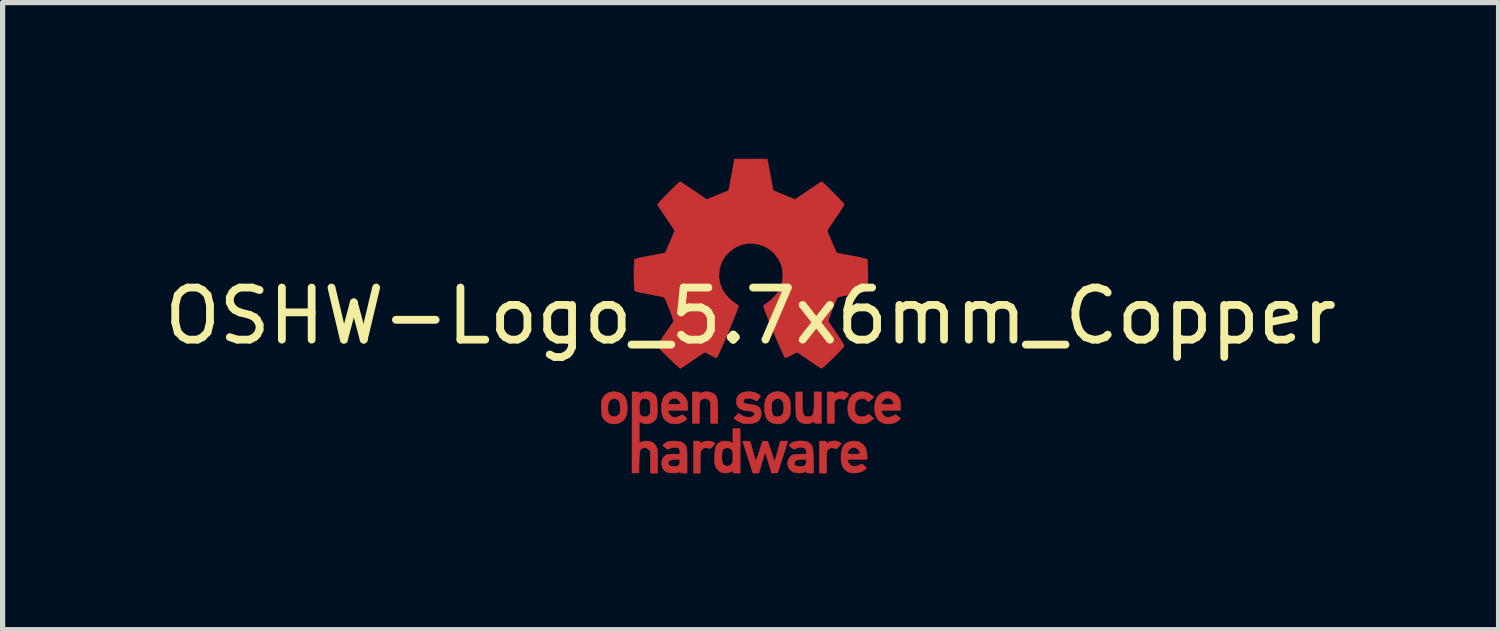
<source format=kicad_pcb>
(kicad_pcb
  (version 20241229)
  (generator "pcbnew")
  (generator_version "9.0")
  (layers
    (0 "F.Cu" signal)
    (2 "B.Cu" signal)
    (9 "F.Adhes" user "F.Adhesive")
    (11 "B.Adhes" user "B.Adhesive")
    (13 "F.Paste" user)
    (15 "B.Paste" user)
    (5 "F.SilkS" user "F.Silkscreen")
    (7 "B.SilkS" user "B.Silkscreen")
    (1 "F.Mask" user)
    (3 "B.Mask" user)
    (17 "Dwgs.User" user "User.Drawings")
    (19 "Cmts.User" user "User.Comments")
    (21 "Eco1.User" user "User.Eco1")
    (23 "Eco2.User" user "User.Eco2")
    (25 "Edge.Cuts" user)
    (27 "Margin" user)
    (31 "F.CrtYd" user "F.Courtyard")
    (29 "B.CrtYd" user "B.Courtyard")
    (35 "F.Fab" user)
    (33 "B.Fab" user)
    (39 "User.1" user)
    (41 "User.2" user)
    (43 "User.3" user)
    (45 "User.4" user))
  (footprint "OSHW-Logo_5.7x6mm_Copper"
    (layer "F.Cu")
    (at 11.363 3.017)
    (property "Reference" "OSHW-Logo_5.7x6mm_Copper" (at 0 0 0) (layer "F.SilkS") (effects (font (size 1 1) (thickness 0.15))))
    (attr board_only exclude_from_pos_files exclude_from_bom)
    (fp_poly (pts (xy 1.799 1.458) (xy 1.843 1.471) (xy 1.871 1.488) (xy 1.88 1.501) (xy 1.877 1.517) (xy 1.861 1.541) (xy 1.847 1.559) (xy 1.819 1.59) (xy 1.798 1.604) (xy 1.78 1.603) (xy 1.726 1.589) (xy 1.687 1.59) (xy 1.655 1.605) (xy 1.644 1.614) (xy 1.61 1.646) (xy 1.61 2.062) (xy 1.471 2.062) (xy 1.471 1.459) (xy 1.54 1.459) (xy 1.582 1.46) (xy 1.603 1.466) (xy 1.61 1.477) (xy 1.61 1.478) (xy 1.612 1.49) (xy 1.626 1.488) (xy 1.644 1.48) (xy 1.682 1.464) (xy 1.713 1.454) (xy 1.753 1.451) (xy 1.799 1.458)) (stroke (width 0.01) (type solid)) (fill yes) (layer "F.Cu"))
    (fp_poly (pts (xy 1.635 2.401) (xy 1.684 2.411) (xy 1.711 2.425) (xy 1.74 2.449) (xy 1.699 2.501) (xy 1.673 2.532) (xy 1.656 2.547) (xy 1.639 2.55) (xy 1.614 2.542) (xy 1.602 2.538) (xy 1.554 2.532) (xy 1.51 2.545) (xy 1.478 2.576) (xy 1.473 2.585) (xy 1.467 2.611) (xy 1.463 2.659) (xy 1.46 2.725) (xy 1.459 2.806) (xy 1.459 2.817) (xy 1.459 3.018) (xy 1.32 3.018) (xy 1.32 2.402) (xy 1.389 2.402) (xy 1.429 2.403) (xy 1.45 2.407) (xy 1.458 2.418) (xy 1.459 2.428) (xy 1.459 2.454) (xy 1.492 2.428) (xy 1.53 2.41) (xy 1.581 2.401) (xy 1.635 2.401)) (stroke (width 0.01) (type solid)) (fill yes) (layer "F.Cu"))
    (fp_poly (pts (xy -0.993 2.403) (xy -0.975 2.409) (xy -0.968 2.421) (xy -0.968 2.427) (xy -0.967 2.442) (xy -0.96 2.445) (xy -0.939 2.434) (xy -0.927 2.427) (xy -0.889 2.411) (xy -0.844 2.403) (xy -0.797 2.403) (xy -0.752 2.409) (xy -0.716 2.42) (xy -0.693 2.436) (xy -0.688 2.456) (xy -0.69 2.462) (xy -0.707 2.485) (xy -0.733 2.513) (xy -0.738 2.517) (xy -0.762 2.538) (xy -0.784 2.545) (xy -0.814 2.54) (xy -0.826 2.537) (xy -0.863 2.529) (xy -0.889 2.533) (xy -0.911 2.545) (xy -0.931 2.561) (xy -0.946 2.581) (xy -0.956 2.609) (xy -0.963 2.648) (xy -0.967 2.704) (xy -0.968 2.779) (xy -0.968 2.824) (xy -0.968 3.018) (xy -1.094 3.018) (xy -1.094 2.402) (xy -1.031 2.402) (xy -0.993 2.403)) (stroke (width 0.01) (type solid)) (fill yes) (layer "F.Cu"))
    (fp_poly (pts (xy 0.993 1.654) (xy 0.995 1.747) (xy 0.999 1.817) (xy 1.008 1.867) (xy 1.022 1.902) (xy 1.042 1.923) (xy 1.071 1.933) (xy 1.107 1.936) (xy 1.144 1.933) (xy 1.172 1.922) (xy 1.192 1.9) (xy 1.206 1.865) (xy 1.214 1.814) (xy 1.219 1.742) (xy 1.22 1.654) (xy 1.22 1.459) (xy 1.358 1.459) (xy 1.358 2.062) (xy 1.289 2.062) (xy 1.247 2.06) (xy 1.226 2.055) (xy 1.22 2.043) (xy 1.216 2.033) (xy 1.202 2.035) (xy 1.173 2.05) (xy 1.106 2.071) (xy 1.036 2.07) (xy 0.968 2.046) (xy 0.936 2.027) (xy 0.912 2.007) (xy 0.894 1.982) (xy 0.881 1.947) (xy 0.874 1.901) (xy 0.87 1.839) (xy 0.868 1.758) (xy 0.868 1.695) (xy 0.868 1.459) (xy 0.993 1.459) (xy 0.993 1.654)) (stroke (width 0.01) (type solid)) (fill yes) (layer "F.Cu"))
    (fp_poly (pts (xy -0.754 1.469) (xy -0.723 1.484) (xy -0.692 1.506) (xy -0.669 1.53) (xy -0.652 1.562) (xy -0.641 1.604) (xy -0.634 1.66) (xy -0.63 1.734) (xy -0.629 1.829) (xy -0.629 1.839) (xy -0.629 2.062) (xy -0.767 2.062) (xy -0.767 1.856) (xy -0.767 1.78) (xy -0.768 1.725) (xy -0.77 1.687) (xy -0.773 1.661) (xy -0.779 1.643) (xy -0.788 1.63) (xy -0.8 1.618) (xy -0.843 1.59) (xy -0.89 1.585) (xy -0.934 1.602) (xy -0.95 1.615) (xy -0.961 1.627) (xy -0.969 1.641) (xy -0.975 1.659) (xy -0.978 1.686) (xy -0.98 1.726) (xy -0.981 1.784) (xy -0.981 1.854) (xy -0.981 2.062) (xy -1.119 2.062) (xy -1.119 1.459) (xy -1.05 1.459) (xy -1.008 1.46) (xy -0.987 1.466) (xy -0.981 1.477) (xy -0.981 1.478) (xy -0.978 1.489) (xy -0.965 1.488) (xy -0.94 1.475) (xy -0.883 1.457) (xy -0.817 1.455) (xy -0.754 1.469)) (stroke (width 0.01) (type solid)) (fill yes) (layer "F.Cu"))
    (fp_poly (pts (xy 2.217 1.464) (xy 2.29 1.495) (xy 2.313 1.51) (xy 2.342 1.533) (xy 2.361 1.551) (xy 2.364 1.557) (xy 2.355 1.57) (xy 2.332 1.593) (xy 2.313 1.608) (xy 2.263 1.649) (xy 2.223 1.615) (xy 2.192 1.594) (xy 2.162 1.586) (xy 2.127 1.588) (xy 2.073 1.602) (xy 2.035 1.63) (xy 2.012 1.675) (xy 2.002 1.741) (xy 2.002 1.741) (xy 2.002 1.815) (xy 2.016 1.869) (xy 2.044 1.906) (xy 2.063 1.918) (xy 2.114 1.934) (xy 2.168 1.934) (xy 2.215 1.919) (xy 2.226 1.911) (xy 2.253 1.893) (xy 2.275 1.889) (xy 2.299 1.903) (xy 2.325 1.929) (xy 2.366 1.971) (xy 2.32 2.008) (xy 2.25 2.051) (xy 2.17 2.072) (xy 2.087 2.07) (xy 2.033 2.056) (xy 1.969 2.022) (xy 1.918 1.968) (xy 1.895 1.93) (xy 1.876 1.876) (xy 1.867 1.806) (xy 1.867 1.731) (xy 1.876 1.659) (xy 1.894 1.599) (xy 1.897 1.593) (xy 1.94 1.532) (xy 1.998 1.488) (xy 2.067 1.461) (xy 2.141 1.453) (xy 2.217 1.464)) (stroke (width 0.01) (type solid)) (fill yes) (layer "F.Cu"))
    (fp_poly (pts (xy 0.611 1.466) (xy 0.674 1.501) (xy 0.724 1.555) (xy 0.748 1.6) (xy 0.758 1.639) (xy 0.764 1.695) (xy 0.767 1.76) (xy 0.766 1.824) (xy 0.761 1.881) (xy 0.755 1.912) (xy 0.734 1.953) (xy 0.698 1.997) (xy 0.656 2.036) (xy 0.613 2.061) (xy 0.612 2.061) (xy 0.56 2.072) (xy 0.497 2.073) (xy 0.438 2.063) (xy 0.415 2.055) (xy 0.356 2.021) (xy 0.314 1.978) (xy 0.286 1.92) (xy 0.271 1.844) (xy 0.267 1.804) (xy 0.268 1.754) (xy 0.402 1.754) (xy 0.407 1.827) (xy 0.42 1.882) (xy 0.441 1.918) (xy 0.456 1.928) (xy 0.493 1.935) (xy 0.539 1.933) (xy 0.577 1.923) (xy 0.588 1.917) (xy 0.615 1.885) (xy 0.632 1.835) (xy 0.64 1.774) (xy 0.636 1.708) (xy 0.628 1.669) (xy 0.604 1.624) (xy 0.567 1.595) (xy 0.522 1.586) (xy 0.475 1.596) (xy 0.439 1.621) (xy 0.42 1.642) (xy 0.409 1.662) (xy 0.404 1.69) (xy 0.402 1.733) (xy 0.402 1.754) (xy 0.268 1.754) (xy 0.268 1.698) (xy 0.285 1.611) (xy 0.319 1.543) (xy 0.369 1.494) (xy 0.435 1.464) (xy 0.45 1.46) (xy 0.535 1.452) (xy 0.611 1.466)) (stroke (width 0.01) (type solid)) (fill yes) (layer "F.Cu"))
    (fp_poly (pts (xy 0.282 2.404) (xy 0.331 2.408) (xy 0.461 2.798) (xy 0.482 2.729) (xy 0.494 2.686) (xy 0.51 2.628) (xy 0.528 2.565) (xy 0.537 2.531) (xy 0.571 2.402) (xy 0.714 2.402) (xy 0.672 2.537) (xy 0.651 2.603) (xy 0.625 2.684) (xy 0.599 2.767) (xy 0.575 2.842) (xy 0.521 3.012) (xy 0.463 3.015) (xy 0.404 3.019) (xy 0.373 2.915) (xy 0.353 2.85) (xy 0.332 2.778) (xy 0.313 2.715) (xy 0.313 2.713) (xy 0.299 2.67) (xy 0.286 2.641) (xy 0.278 2.63) (xy 0.276 2.631) (xy 0.27 2.648) (xy 0.258 2.685) (xy 0.242 2.736) (xy 0.224 2.798) (xy 0.214 2.832) (xy 0.159 3.018) (xy 0.043 3.018) (xy -0.049 2.725) (xy -0.075 2.643) (xy -0.099 2.569) (xy -0.119 2.506) (xy -0.135 2.457) (xy -0.145 2.426) (xy -0.148 2.417) (xy -0.146 2.407) (xy -0.127 2.403) (xy -0.087 2.404) (xy -0.081 2.404) (xy -0.008 2.408) (xy 0.04 2.584) (xy 0.058 2.648) (xy 0.073 2.705) (xy 0.086 2.748) (xy 0.094 2.775) (xy 0.095 2.779) (xy 0.101 2.774) (xy 0.113 2.749) (xy 0.13 2.706) (xy 0.15 2.65) (xy 0.167 2.599) (xy 0.232 2.401) (xy 0.282 2.404)) (stroke (width 0.01) (type solid)) (fill yes) (layer "F.Cu"))
    (fp_poly (pts (xy -2.538 1.465) (xy -2.472 1.494) (xy -2.423 1.543) (xy -2.388 1.611) (xy -2.37 1.699) (xy -2.369 1.712) (xy -2.368 1.809) (xy -2.381 1.894) (xy -2.408 1.962) (xy -2.423 1.984) (xy -2.473 2.031) (xy -2.538 2.061) (xy -2.61 2.074) (xy -2.683 2.067) (xy -2.739 2.048) (xy -2.787 2.015) (xy -2.826 1.971) (xy -2.827 1.97) (xy -2.843 1.943) (xy -2.853 1.916) (xy -2.86 1.882) (xy -2.863 1.834) (xy -2.865 1.795) (xy -2.866 1.759) (xy -2.74 1.759) (xy -2.739 1.795) (xy -2.734 1.842) (xy -2.726 1.872) (xy -2.712 1.894) (xy -2.699 1.907) (xy -2.652 1.933) (xy -2.603 1.937) (xy -2.557 1.918) (xy -2.534 1.896) (xy -2.517 1.875) (xy -2.507 1.854) (xy -2.503 1.828) (xy -2.503 1.788) (xy -2.504 1.751) (xy -2.507 1.698) (xy -2.512 1.664) (xy -2.52 1.641) (xy -2.533 1.624) (xy -2.544 1.615) (xy -2.589 1.589) (xy -2.637 1.588) (xy -2.678 1.603) (xy -2.713 1.635) (xy -2.733 1.687) (xy -2.74 1.759) (xy -2.866 1.759) (xy -2.866 1.717) (xy -2.864 1.658) (xy -2.856 1.614) (xy -2.843 1.579) (xy -2.822 1.549) (xy -2.814 1.539) (xy -2.766 1.494) (xy -2.714 1.467) (xy -2.651 1.456) (xy -2.62 1.455) (xy -2.538 1.465)) (stroke (width 0.01) (type solid)) (fill yes) (layer "F.Cu"))
    (fp_poly (pts (xy -0.201 3.018) (xy -0.27 3.018) (xy -0.31 3.017) (xy -0.331 3.012) (xy -0.339 3.001) (xy -0.34 2.994) (xy -0.341 2.98) (xy -0.349 2.977) (xy -0.37 2.986) (xy -0.386 2.994) (xy -0.449 3.014) (xy -0.517 3.015) (xy -0.573 3) (xy -0.624 2.965) (xy -0.664 2.913) (xy -0.685 2.851) (xy -0.686 2.848) (xy -0.689 2.811) (xy -0.691 2.757) (xy -0.691 2.716) (xy -0.553 2.716) (xy -0.55 2.77) (xy -0.543 2.815) (xy -0.533 2.84) (xy -0.496 2.874) (xy -0.452 2.887) (xy -0.407 2.877) (xy -0.368 2.847) (xy -0.353 2.827) (xy -0.345 2.803) (xy -0.34 2.768) (xy -0.34 2.716) (xy -0.341 2.664) (xy -0.346 2.619) (xy -0.353 2.588) (xy -0.354 2.585) (xy -0.38 2.553) (xy -0.42 2.535) (xy -0.463 2.532) (xy -0.504 2.545) (xy -0.534 2.573) (xy -0.537 2.578) (xy -0.547 2.612) (xy -0.552 2.661) (xy -0.553 2.716) (xy -0.691 2.716) (xy -0.691 2.696) (xy -0.69 2.663) (xy -0.684 2.581) (xy -0.671 2.52) (xy -0.649 2.474) (xy -0.618 2.441) (xy -0.587 2.421) (xy -0.544 2.407) (xy -0.491 2.402) (xy -0.436 2.406) (xy -0.39 2.418) (xy -0.365 2.433) (xy -0.34 2.456) (xy -0.34 2.163) (xy -0.201 2.163) (xy -0.201 3.018)) (stroke (width 0.01) (type solid)) (fill yes) (layer "F.Cu"))
    (fp_poly (pts (xy 2.678 1.456) (xy 2.71 1.464) (xy 2.772 1.493) (xy 2.825 1.537) (xy 2.861 1.589) (xy 2.866 1.601) (xy 2.873 1.632) (xy 2.878 1.677) (xy 2.88 1.723) (xy 2.88 1.811) (xy 2.697 1.811) (xy 2.622 1.811) (xy 2.569 1.813) (xy 2.535 1.817) (xy 2.518 1.826) (xy 2.514 1.84) (xy 2.521 1.86) (xy 2.533 1.884) (xy 2.566 1.925) (xy 2.612 1.945) (xy 2.669 1.944) (xy 2.733 1.922) (xy 2.788 1.895) (xy 2.834 1.932) (xy 2.88 1.968) (xy 2.837 2.008) (xy 2.779 2.046) (xy 2.708 2.068) (xy 2.632 2.075) (xy 2.558 2.063) (xy 2.546 2.059) (xy 2.481 2.026) (xy 2.433 1.975) (xy 2.4 1.906) (xy 2.382 1.818) (xy 2.382 1.816) (xy 2.381 1.72) (xy 2.387 1.686) (xy 2.515 1.686) (xy 2.527 1.691) (xy 2.558 1.695) (xy 2.605 1.697) (xy 2.635 1.698) (xy 2.691 1.697) (xy 2.725 1.696) (xy 2.744 1.692) (xy 2.75 1.685) (xy 2.748 1.674) (xy 2.747 1.669) (xy 2.724 1.627) (xy 2.689 1.594) (xy 2.658 1.579) (xy 2.616 1.58) (xy 2.574 1.598) (xy 2.539 1.629) (xy 2.518 1.666) (xy 2.515 1.686) (xy 2.387 1.686) (xy 2.397 1.635) (xy 2.429 1.564) (xy 2.475 1.509) (xy 2.533 1.471) (xy 2.601 1.453) (xy 2.678 1.456)) (stroke (width 0.01) (type solid)) (fill yes) (layer "F.Cu"))
    (fp_poly (pts (xy 0.014 1.456) (xy 0.062 1.465) (xy 0.111 1.484) (xy 0.116 1.487) (xy 0.154 1.506) (xy 0.18 1.525) (xy 0.188 1.537) (xy 0.18 1.556) (xy 0.161 1.584) (xy 0.152 1.594) (xy 0.117 1.636) (xy 0.071 1.609) (xy 0.027 1.591) (xy -0.023 1.581) (xy -0.071 1.581) (xy -0.109 1.59) (xy -0.117 1.595) (xy -0.135 1.621) (xy -0.137 1.651) (xy -0.124 1.674) (xy -0.116 1.679) (xy -0.094 1.684) (xy -0.054 1.691) (xy -0.005 1.697) (xy 0.004 1.698) (xy 0.083 1.712) (xy 0.14 1.735) (xy 0.178 1.77) (xy 0.199 1.818) (xy 0.206 1.878) (xy 0.197 1.945) (xy 0.167 1.998) (xy 0.117 2.037) (xy 0.047 2.061) (xy -0.031 2.071) (xy -0.095 2.071) (xy -0.147 2.062) (xy -0.182 2.05) (xy -0.227 2.029) (xy -0.268 2.005) (xy -0.283 1.994) (xy -0.321 1.963) (xy -0.275 1.917) (xy -0.23 1.871) (xy -0.178 1.905) (xy -0.126 1.931) (xy -0.071 1.944) (xy -0.017 1.946) (xy 0.028 1.935) (xy 0.06 1.914) (xy 0.07 1.895) (xy 0.069 1.865) (xy 0.043 1.843) (xy -0.007 1.827) (xy -0.061 1.82) (xy -0.145 1.806) (xy -0.207 1.78) (xy -0.248 1.741) (xy -0.27 1.688) (xy -0.273 1.625) (xy -0.258 1.56) (xy -0.225 1.51) (xy -0.171 1.476) (xy -0.099 1.458) (xy -0.045 1.455) (xy 0.014 1.456)) (stroke (width 0.01) (type solid)) (fill yes) (layer "F.Cu"))
    (fp_poly (pts (xy 2.033 2.405) (xy 2.093 2.421) (xy 2.143 2.453) (xy 2.167 2.477) (xy 2.207 2.534) (xy 2.23 2.6) (xy 2.238 2.681) (xy 2.238 2.688) (xy 2.238 2.754) (xy 1.858 2.754) (xy 1.866 2.788) (xy 1.881 2.82) (xy 1.907 2.852) (xy 1.912 2.857) (xy 1.958 2.886) (xy 2.01 2.89) (xy 2.071 2.872) (xy 2.081 2.867) (xy 2.112 2.852) (xy 2.133 2.843) (xy 2.137 2.842) (xy 2.15 2.85) (xy 2.174 2.869) (xy 2.187 2.879) (xy 2.212 2.903) (xy 2.221 2.919) (xy 2.215 2.934) (xy 2.212 2.938) (xy 2.191 2.955) (xy 2.156 2.976) (xy 2.131 2.988) (xy 2.062 3.01) (xy 1.985 3.017) (xy 1.913 3.009) (xy 1.892 3.003) (xy 1.829 2.969) (xy 1.783 2.917) (xy 1.752 2.846) (xy 1.737 2.757) (xy 1.736 2.71) (xy 1.74 2.641) (xy 1.861 2.641) (xy 1.873 2.646) (xy 1.904 2.65) (xy 1.95 2.653) (xy 1.98 2.653) (xy 2.036 2.653) (xy 2.071 2.651) (xy 2.09 2.647) (xy 2.098 2.639) (xy 2.1 2.628) (xy 2.089 2.594) (xy 2.062 2.561) (xy 2.026 2.535) (xy 1.991 2.525) (xy 1.942 2.534) (xy 1.9 2.561) (xy 1.871 2.6) (xy 1.861 2.641) (xy 1.74 2.641) (xy 1.743 2.61) (xy 1.764 2.531) (xy 1.8 2.471) (xy 1.852 2.431) (xy 1.92 2.408) (xy 1.957 2.404) (xy 2.033 2.405)) (stroke (width 0.01) (type solid)) (fill yes) (layer "F.Cu"))
    (fp_poly (pts (xy -1.357 1.473) (xy -1.344 1.479) (xy -1.301 1.51) (xy -1.26 1.557) (xy -1.229 1.608) (xy -1.22 1.631) (xy -1.213 1.673) (xy -1.208 1.724) (xy -1.207 1.745) (xy -1.207 1.811) (xy -1.587 1.811) (xy -1.579 1.845) (xy -1.559 1.886) (xy -1.524 1.922) (xy -1.483 1.944) (xy -1.457 1.949) (xy -1.421 1.943) (xy -1.378 1.929) (xy -1.364 1.922) (xy -1.31 1.896) (xy -1.265 1.93) (xy -1.238 1.954) (xy -1.224 1.973) (xy -1.223 1.979) (xy -1.236 1.993) (xy -1.263 2.014) (xy -1.288 2.03) (xy -1.356 2.06) (xy -1.431 2.073) (xy -1.506 2.07) (xy -1.565 2.052) (xy -1.627 2.013) (xy -1.671 1.962) (xy -1.698 1.895) (xy -1.71 1.811) (xy -1.711 1.773) (xy -1.707 1.685) (xy -1.706 1.682) (xy -1.581 1.682) (xy -1.577 1.691) (xy -1.563 1.695) (xy -1.533 1.697) (xy -1.485 1.698) (xy -1.466 1.698) (xy -1.408 1.697) (xy -1.372 1.694) (xy -1.353 1.689) (xy -1.346 1.681) (xy -1.345 1.679) (xy -1.353 1.658) (xy -1.373 1.63) (xy -1.382 1.62) (xy -1.413 1.591) (xy -1.446 1.58) (xy -1.464 1.579) (xy -1.512 1.591) (xy -1.552 1.622) (xy -1.577 1.668) (xy -1.578 1.669) (xy -1.581 1.682) (xy -1.706 1.682) (xy -1.692 1.616) (xy -1.666 1.56) (xy -1.634 1.521) (xy -1.574 1.478) (xy -1.504 1.455) (xy -1.43 1.453) (xy -1.357 1.473)) (stroke (width 0.01) (type solid)) (fill yes) (layer "F.Cu"))
    (fp_poly (pts (xy 1.038 2.405) (xy 1.091 2.418) (xy 1.107 2.425) (xy 1.136 2.443) (xy 1.159 2.463) (xy 1.176 2.489) (xy 1.188 2.524) (xy 1.196 2.572) (xy 1.201 2.636) (xy 1.204 2.72) (xy 1.205 2.776) (xy 1.209 3.018) (xy 1.139 3.018) (xy 1.096 3.016) (xy 1.074 3.01) (xy 1.069 3) (xy 1.066 2.989) (xy 1.052 2.991) (xy 1.034 3) (xy 0.989 3.013) (xy 0.93 3.017) (xy 0.868 3.011) (xy 0.814 2.996) (xy 0.809 2.993) (xy 0.759 2.958) (xy 0.726 2.909) (xy 0.711 2.852) (xy 0.712 2.832) (xy 0.836 2.832) (xy 0.846 2.859) (xy 0.879 2.879) (xy 0.931 2.89) (xy 0.959 2.891) (xy 1.005 2.888) (xy 1.036 2.874) (xy 1.044 2.867) (xy 1.064 2.831) (xy 1.069 2.798) (xy 1.069 2.754) (xy 1.008 2.754) (xy 0.936 2.757) (xy 0.886 2.769) (xy 0.855 2.789) (xy 0.848 2.798) (xy 0.836 2.832) (xy 0.712 2.832) (xy 0.714 2.792) (xy 0.737 2.735) (xy 0.768 2.697) (xy 0.786 2.68) (xy 0.805 2.669) (xy 0.829 2.662) (xy 0.864 2.658) (xy 0.917 2.656) (xy 0.938 2.655) (xy 1.069 2.651) (xy 1.069 2.611) (xy 1.064 2.569) (xy 1.045 2.544) (xy 1.008 2.528) (xy 1.007 2.528) (xy 0.954 2.521) (xy 0.903 2.53) (xy 0.865 2.55) (xy 0.849 2.56) (xy 0.833 2.558) (xy 0.807 2.544) (xy 0.792 2.534) (xy 0.763 2.512) (xy 0.745 2.496) (xy 0.742 2.491) (xy 0.754 2.467) (xy 0.789 2.438) (xy 0.805 2.428) (xy 0.849 2.412) (xy 0.908 2.402) (xy 0.974 2.4) (xy 1.038 2.405)) (stroke (width 0.01) (type solid)) (fill yes) (layer "F.Cu"))
    (fp_poly (pts (xy -1.384 2.407) (xy -1.325 2.422) (xy -1.28 2.451) (xy -1.248 2.488) (xy -1.238 2.504) (xy -1.231 2.521) (xy -1.226 2.543) (xy -1.223 2.573) (xy -1.221 2.615) (xy -1.22 2.674) (xy -1.22 2.753) (xy -1.22 2.774) (xy -1.22 3.018) (xy -1.28 3.018) (xy -1.319 3.015) (xy -1.347 3.008) (xy -1.354 3.004) (xy -1.374 2.997) (xy -1.394 3.004) (xy -1.426 3.013) (xy -1.474 3.017) (xy -1.527 3.015) (xy -1.575 3.009) (xy -1.603 3) (xy -1.658 2.965) (xy -1.692 2.916) (xy -1.707 2.852) (xy -1.707 2.85) (xy -1.706 2.822) (xy -1.584 2.822) (xy -1.574 2.854) (xy -1.556 2.873) (xy -1.522 2.886) (xy -1.476 2.892) (xy -1.429 2.889) (xy -1.392 2.878) (xy -1.381 2.871) (xy -1.363 2.839) (xy -1.358 2.802) (xy -1.358 2.754) (xy -1.428 2.754) (xy -1.494 2.759) (xy -1.544 2.773) (xy -1.575 2.796) (xy -1.584 2.822) (xy -1.706 2.822) (xy -1.704 2.78) (xy -1.681 2.724) (xy -1.637 2.682) (xy -1.631 2.678) (xy -1.605 2.665) (xy -1.573 2.658) (xy -1.528 2.654) (xy -1.474 2.653) (xy -1.358 2.653) (xy -1.358 2.604) (xy -1.363 2.567) (xy -1.376 2.541) (xy -1.377 2.54) (xy -1.405 2.529) (xy -1.447 2.525) (xy -1.494 2.527) (xy -1.535 2.535) (xy -1.56 2.547) (xy -1.573 2.557) (xy -1.587 2.559) (xy -1.607 2.551) (xy -1.636 2.531) (xy -1.68 2.497) (xy -1.684 2.494) (xy -1.682 2.482) (xy -1.665 2.463) (xy -1.638 2.441) (xy -1.61 2.423) (xy -1.6 2.419) (xy -1.567 2.41) (xy -1.519 2.404) (xy -1.465 2.402) (xy -1.462 2.402) (xy -1.384 2.407)) (stroke (width 0.01) (type solid)) (fill yes) (layer "F.Cu"))
    (fp_poly (pts (xy -1.909 1.469) (xy -1.882 1.482) (xy -1.85 1.505) (xy -1.826 1.53) (xy -1.809 1.561) (xy -1.799 1.603) (xy -1.794 1.66) (xy -1.792 1.736) (xy -1.792 1.769) (xy -1.792 1.841) (xy -1.794 1.892) (xy -1.796 1.927) (xy -1.802 1.952) (xy -1.81 1.97) (xy -1.818 1.982) (xy -1.87 2.034) (xy -1.932 2.065) (xy -1.999 2.075) (xy -2.066 2.061) (xy -2.087 2.051) (xy -2.138 2.025) (xy -2.138 2.44) (xy -2.101 2.421) (xy -2.052 2.406) (xy -1.992 2.402) (xy -1.932 2.409) (xy -1.886 2.425) (xy -1.849 2.455) (xy -1.817 2.498) (xy -1.814 2.502) (xy -1.804 2.523) (xy -1.797 2.544) (xy -1.791 2.57) (xy -1.788 2.604) (xy -1.786 2.651) (xy -1.786 2.715) (xy -1.786 2.787) (xy -1.786 3.018) (xy -1.924 3.018) (xy -1.924 2.593) (xy -1.963 2.56) (xy -2.003 2.534) (xy -2.041 2.529) (xy -2.079 2.541) (xy -2.099 2.553) (xy -2.115 2.57) (xy -2.125 2.596) (xy -2.133 2.634) (xy -2.137 2.688) (xy -2.14 2.761) (xy -2.141 2.81) (xy -2.144 3.012) (xy -2.21 3.015) (xy -2.276 3.019) (xy -2.276 1.771) (xy -2.138 1.771) (xy -2.134 1.84) (xy -2.122 1.889) (xy -2.1 1.919) (xy -2.066 1.933) (xy -2.031 1.936) (xy -1.991 1.933) (xy -1.965 1.92) (xy -1.949 1.902) (xy -1.936 1.883) (xy -1.928 1.862) (xy -1.925 1.832) (xy -1.925 1.787) (xy -1.926 1.75) (xy -1.929 1.694) (xy -1.932 1.657) (xy -1.939 1.633) (xy -1.95 1.617) (xy -1.96 1.608) (xy -2.002 1.589) (xy -2.052 1.585) (xy -2.08 1.592) (xy -2.109 1.616) (xy -2.128 1.664) (xy -2.137 1.734) (xy -2.138 1.771) (xy -2.276 1.771) (xy -2.276 1.459) (xy -2.207 1.459) (xy -2.165 1.46) (xy -2.144 1.466) (xy -2.138 1.477) (xy -2.138 1.478) (xy -2.135 1.489) (xy -2.122 1.488) (xy -2.097 1.475) (xy -2.038 1.457) (xy -1.972 1.455) (xy -1.909 1.469)) (stroke (width 0.01) (type solid)) (fill yes) (layer "F.Cu"))
    (fp_poly (pts (xy 0.377 -2.71) (xy 0.434 -2.408) (xy 0.853 -2.235) (xy 1.105 -2.407) (xy 1.175 -2.454) (xy 1.239 -2.497) (xy 1.293 -2.532) (xy 1.334 -2.559) (xy 1.36 -2.574) (xy 1.367 -2.578) (xy 1.379 -2.569) (xy 1.406 -2.545) (xy 1.444 -2.509) (xy 1.491 -2.464) (xy 1.542 -2.413) (xy 1.596 -2.358) (xy 1.649 -2.304) (xy 1.698 -2.253) (xy 1.741 -2.208) (xy 1.773 -2.172) (xy 1.793 -2.148) (xy 1.798 -2.14) (xy 1.791 -2.125) (xy 1.772 -2.093) (xy 1.742 -2.047) (xy 1.705 -1.989) (xy 1.66 -1.923) (xy 1.635 -1.886) (xy 1.588 -1.817) (xy 1.546 -1.755) (xy 1.512 -1.703) (xy 1.487 -1.664) (xy 1.473 -1.641) (xy 1.471 -1.636) (xy 1.476 -1.622) (xy 1.489 -1.59) (xy 1.508 -1.544) (xy 1.531 -1.488) (xy 1.557 -1.427) (xy 1.583 -1.366) (xy 1.607 -1.31) (xy 1.628 -1.262) (xy 1.643 -1.228) (xy 1.651 -1.211) (xy 1.652 -1.211) (xy 1.665 -1.208) (xy 1.699 -1.201) (xy 1.75 -1.191) (xy 1.816 -1.178) (xy 1.893 -1.163) (xy 1.937 -1.155) (xy 2.019 -1.14) (xy 2.093 -1.125) (xy 2.155 -1.112) (xy 2.202 -1.101) (xy 2.23 -1.093) (xy 2.235 -1.091) (xy 2.241 -1.074) (xy 2.245 -1.037) (xy 2.248 -0.983) (xy 2.251 -0.917) (xy 2.252 -0.844) (xy 2.252 -0.767) (xy 2.251 -0.691) (xy 2.249 -0.621) (xy 2.246 -0.56) (xy 2.243 -0.514) (xy 2.238 -0.486) (xy 2.235 -0.48) (xy 2.217 -0.473) (xy 2.179 -0.463) (xy 2.127 -0.451) (xy 2.065 -0.439) (xy 2.043 -0.435) (xy 1.938 -0.415) (xy 1.855 -0.4) (xy 1.792 -0.388) (xy 1.745 -0.378) (xy 1.711 -0.37) (xy 1.689 -0.363) (xy 1.676 -0.357) (xy 1.667 -0.351) (xy 1.666 -0.35) (xy 1.655 -0.331) (xy 1.638 -0.294) (xy 1.616 -0.244) (xy 1.592 -0.185) (xy 1.567 -0.121) (xy 1.543 -0.058) (xy 1.522 0.001) (xy 1.505 0.05) (xy 1.494 0.086) (xy 1.492 0.104) (xy 1.492 0.104) (xy 1.501 0.119) (xy 1.523 0.151) (xy 1.554 0.197) (xy 1.593 0.253) (xy 1.637 0.318) (xy 1.649 0.336) (xy 1.694 0.402) (xy 1.733 0.462) (xy 1.765 0.513) (xy 1.787 0.552) (xy 1.798 0.574) (xy 1.798 0.576) (xy 1.789 0.591) (xy 1.765 0.619) (xy 1.729 0.658) (xy 1.683 0.706) (xy 1.632 0.758) (xy 1.577 0.812) (xy 1.523 0.865) (xy 1.472 0.913) (xy 1.427 0.955) (xy 1.391 0.985) (xy 1.368 1.003) (xy 1.362 1.006) (xy 1.347 0.999) (xy 1.316 0.981) (xy 1.275 0.954) (xy 1.244 0.933) (xy 1.187 0.894) (xy 1.119 0.847) (xy 1.051 0.801) (xy 1.014 0.776) (xy 0.891 0.693) (xy 0.787 0.749) (xy 0.74 0.773) (xy 0.7 0.792) (xy 0.672 0.803) (xy 0.665 0.805) (xy 0.657 0.794) (xy 0.641 0.762) (xy 0.617 0.713) (xy 0.588 0.649) (xy 0.555 0.574) (xy 0.518 0.489) (xy 0.48 0.399) (xy 0.441 0.306) (xy 0.402 0.213) (xy 0.365 0.123) (xy 0.331 0.039) (xy 0.301 -0.037) (xy 0.276 -0.1) (xy 0.258 -0.15) (xy 0.248 -0.182) (xy 0.246 -0.193) (xy 0.259 -0.206) (xy 0.288 -0.229) (xy 0.325 -0.256) (xy 0.329 -0.258) (xy 0.426 -0.336) (xy 0.505 -0.427) (xy 0.564 -0.528) (xy 0.603 -0.637) (xy 0.621 -0.749) (xy 0.617 -0.863) (xy 0.591 -0.976) (xy 0.542 -1.084) (xy 0.527 -1.108) (xy 0.452 -1.203) (xy 0.364 -1.28) (xy 0.265 -1.337) (xy 0.158 -1.375) (xy 0.047 -1.393) (xy -0.066 -1.39) (xy -0.176 -1.367) (xy -0.282 -1.322) (xy -0.38 -1.256) (xy -0.41 -1.23) (xy -0.488 -1.145) (xy -0.544 -1.057) (xy -0.582 -0.958) (xy -0.604 -0.86) (xy -0.609 -0.749) (xy -0.591 -0.638) (xy -0.553 -0.531) (xy -0.494 -0.43) (xy -0.418 -0.34) (xy -0.327 -0.264) (xy -0.315 -0.256) (xy -0.277 -0.23) (xy -0.248 -0.207) (xy -0.234 -0.193) (xy -0.234 -0.193) (xy -0.237 -0.177) (xy -0.248 -0.141) (xy -0.268 -0.089) (xy -0.293 -0.023) (xy -0.324 0.055) (xy -0.359 0.14) (xy -0.397 0.231) (xy -0.436 0.325) (xy -0.475 0.417) (xy -0.513 0.506) (xy -0.549 0.589) (xy -0.582 0.662) (xy -0.61 0.724) (xy -0.632 0.77) (xy -0.647 0.797) (xy -0.653 0.805) (xy -0.671 0.799) (xy -0.706 0.784) (xy -0.75 0.762) (xy -0.774 0.749) (xy -0.878 0.693) (xy -1.002 0.776) (xy -1.065 0.819) (xy -1.134 0.866) (xy -1.199 0.911) (xy -1.231 0.933) (xy -1.277 0.963) (xy -1.315 0.988) (xy -1.342 1.003) (xy -1.351 1.006) (xy -1.363 0.997) (xy -1.391 0.974) (xy -1.431 0.937) (xy -1.482 0.891) (xy -1.539 0.836) (xy -1.575 0.801) (xy -1.639 0.739) (xy -1.694 0.683) (xy -1.738 0.636) (xy -1.769 0.601) (xy -1.784 0.579) (xy -1.786 0.575) (xy -1.779 0.558) (xy -1.76 0.524) (xy -1.73 0.476) (xy -1.693 0.419) (xy -1.649 0.354) (xy -1.637 0.336) (xy -1.592 0.27) (xy -1.551 0.211) (xy -1.518 0.162) (xy -1.493 0.126) (xy -1.481 0.107) (xy -1.479 0.104) (xy -1.481 0.089) (xy -1.491 0.055) (xy -1.507 0.006) (xy -1.528 -0.052) (xy -1.552 -0.115) (xy -1.577 -0.178) (xy -1.601 -0.238) (xy -1.623 -0.29) (xy -1.641 -0.328) (xy -1.653 -0.349) (xy -1.654 -0.35) (xy -1.661 -0.356) (xy -1.674 -0.362) (xy -1.694 -0.369) (xy -1.725 -0.376) (xy -1.769 -0.386) (xy -1.829 -0.397) (xy -1.908 -0.412) (xy -2.009 -0.431) (xy -2.03 -0.435) (xy -2.095 -0.447) (xy -2.151 -0.459) (xy -2.194 -0.47) (xy -2.219 -0.478) (xy -2.222 -0.48) (xy -2.228 -0.497) (xy -2.232 -0.534) (xy -2.235 -0.588) (xy -2.238 -0.654) (xy -2.239 -0.728) (xy -2.239 -0.804) (xy -2.239 -0.88) (xy -2.237 -0.95) (xy -2.234 -1.011) (xy -2.23 -1.057) (xy -2.225 -1.085) (xy -2.223 -1.091) (xy -2.206 -1.096) (xy -2.169 -1.106) (xy -2.114 -1.118) (xy -2.045 -1.132) (xy -1.967 -1.147) (xy -1.925 -1.155) (xy -1.844 -1.17) (xy -1.772 -1.184) (xy -1.712 -1.196) (xy -1.668 -1.204) (xy -1.643 -1.21) (xy -1.639 -1.211) (xy -1.633 -1.224) (xy -1.618 -1.256) (xy -1.598 -1.302) (xy -1.574 -1.358) (xy -1.548 -1.418) (xy -1.522 -1.479) (xy -1.498 -1.536) (xy -1.479 -1.584) (xy -1.465 -1.619) (xy -1.459 -1.636) (xy -1.459 -1.637) (xy -1.465 -1.65) (xy -1.485 -1.681) (xy -1.514 -1.727) (xy -1.552 -1.784) (xy -1.596 -1.849) (xy -1.622 -1.886) (xy -1.669 -1.955) (xy -1.71 -2.017) (xy -1.745 -2.07) (xy -1.77 -2.11) (xy -1.784 -2.135) (xy -1.786 -2.14) (xy -1.777 -2.153) (xy -1.754 -2.18) (xy -1.718 -2.219) (xy -1.673 -2.266) (xy -1.623 -2.318) (xy -1.569 -2.373) (xy -1.516 -2.426) (xy -1.465 -2.476) (xy -1.421 -2.519) (xy -1.385 -2.553) (xy -1.362 -2.573) (xy -1.354 -2.578) (xy -1.341 -2.571) (xy -1.311 -2.552) (xy -1.265 -2.522) (xy -1.208 -2.485) (xy -1.142 -2.44) (xy -1.092 -2.407) (xy -0.841 -2.235) (xy -0.631 -2.322) (xy -0.421 -2.408) (xy -0.364 -2.71) (xy -0.308 -3.012) (xy 0.32 -3.012) (xy 0.377 -2.71)) (stroke (width 0.01) (type solid)) (fill yes) (layer "F.Cu")))
  (gr_rect
    (start -3 -3)
    (end 25.726 9.041)
    (stroke (width 0.1) (type default))
    (fill no)
    (layer "Edge.Cuts")))
</source>
